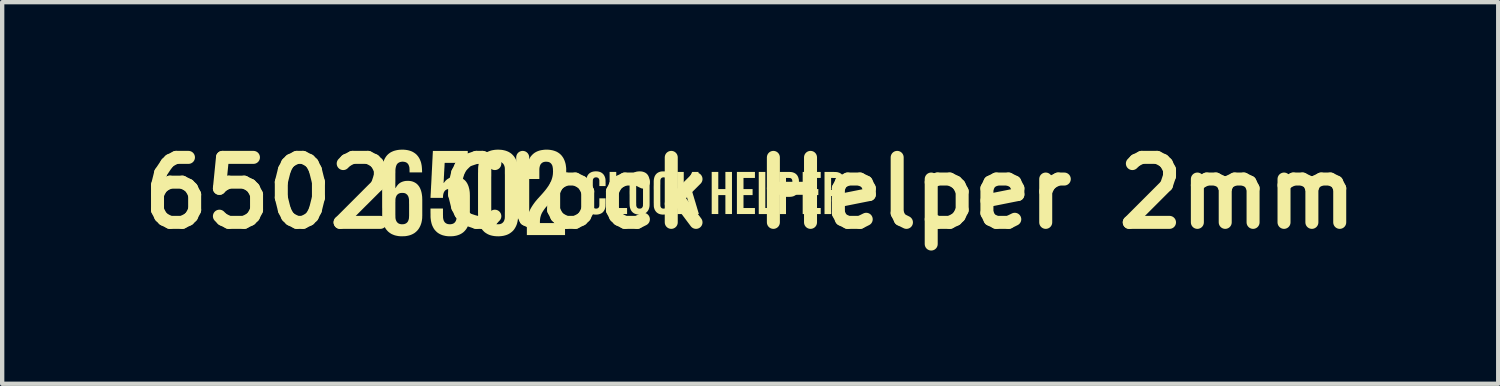
<source format=kicad_pcb>
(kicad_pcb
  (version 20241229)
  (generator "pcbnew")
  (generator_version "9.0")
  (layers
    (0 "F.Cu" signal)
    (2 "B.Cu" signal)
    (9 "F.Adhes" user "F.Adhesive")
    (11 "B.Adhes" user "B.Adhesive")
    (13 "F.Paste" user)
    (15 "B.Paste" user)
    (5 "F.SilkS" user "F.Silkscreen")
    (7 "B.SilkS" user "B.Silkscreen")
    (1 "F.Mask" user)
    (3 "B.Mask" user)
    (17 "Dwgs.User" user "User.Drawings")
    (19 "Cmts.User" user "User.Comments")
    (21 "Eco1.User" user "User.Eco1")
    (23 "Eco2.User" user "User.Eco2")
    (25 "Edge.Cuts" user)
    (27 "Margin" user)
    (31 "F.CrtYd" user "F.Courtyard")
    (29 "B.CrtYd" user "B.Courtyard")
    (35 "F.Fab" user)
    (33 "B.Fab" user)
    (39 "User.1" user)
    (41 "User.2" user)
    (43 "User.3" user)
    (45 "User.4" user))
  (footprint "6502 Clock Helper 2mm"
    (layer "F.Cu")
    (at 14.264 1.404)
    (property "Reference" "6502 Clock Helper 2mm" (at 0 0 0) (layer "F.SilkS") (effects (font (size 1.5 1.5) (thickness 0.3))))
    (attr board_only exclude_from_pos_files exclude_from_bom)
    (fp_poly (pts (xy -3.091 -0.069) (xy -3.091 0.347) (xy -2.966 0.347) (xy -2.841 0.347) (xy -2.841 0.416) (xy -2.841 0.486) (xy -3.042 0.486) (xy -3.244 0.486) (xy -3.244 -0.000001) (xy -3.244 -0.486) (xy -3.168 -0.486) (xy -3.091 -0.486)) (stroke (width 0) (type solid)) (fill yes) (layer "F.SilkS"))
    (fp_poly (pts (xy 0.35 -0.069) (xy 0.35 0.347) (xy 0.476 0.347) (xy 0.602 0.348) (xy 0.602 0.417) (xy 0.602 0.486) (xy 0.4 0.486) (xy 0.198 0.486) (xy 0.198 -0.000001) (xy 0.198 -0.486) (xy 0.274 -0.486) (xy 0.35 -0.486)) (stroke (width 0) (type solid)) (fill yes) (layer "F.SilkS"))
    (fp_poly (pts (xy -0.736 -0.288) (xy -0.736 -0.09) (xy -0.654 -0.09) (xy -0.572 -0.09) (xy -0.572 -0.288) (xy -0.572 -0.486) (xy -0.496 -0.486) (xy -0.42 -0.486) (xy -0.42 -0.000001) (xy -0.42 0.486) (xy -0.496 0.486) (xy -0.572 0.486) (xy -0.572 0.267) (xy -0.572 0.049) (xy -0.654 0.049) (xy -0.736 0.049) (xy -0.736 0.267) (xy -0.736 0.486) (xy -0.812 0.486) (xy -0.888 0.486) (xy -0.888 -0.000001) (xy -0.888 -0.486) (xy -0.812 -0.486) (xy -0.736 -0.486)) (stroke (width 0) (type solid)) (fill yes) (layer "F.SilkS"))
    (fp_poly (pts (xy 0.11 -0.416) (xy 0.11 -0.347) (xy -0.022 -0.347) (xy -0.154 -0.347) (xy -0.154 -0.218) (xy -0.154 -0.09) (xy -0.049 -0.09) (xy 0.056 -0.09) (xy 0.056 -0.02) (xy 0.056 0.049) (xy -0.049 0.049) (xy -0.154 0.049) (xy -0.154 0.198) (xy -0.154 0.347) (xy -0.022 0.347) (xy 0.11 0.347) (xy 0.11 0.416) (xy 0.11 0.486) (xy -0.098 0.486) (xy -0.306 0.486) (xy -0.306 -0.000001) (xy -0.306 -0.486) (xy -0.098 -0.486) (xy 0.11 -0.486)) (stroke (width 0) (type solid)) (fill yes) (layer "F.SilkS"))
    (fp_poly (pts (xy 1.628 -0.416) (xy 1.628 -0.347) (xy 1.496 -0.347) (xy 1.364 -0.347) (xy 1.364 -0.218) (xy 1.364 -0.09) (xy 1.469 -0.09) (xy 1.574 -0.09) (xy 1.573 -0.021) (xy 1.573 0.048) (xy 1.468 0.049) (xy 1.364 0.049) (xy 1.364 0.198) (xy 1.364 0.347) (xy 1.496 0.347) (xy 1.628 0.347) (xy 1.628 0.416) (xy 1.628 0.486) (xy 1.42 0.486) (xy 1.212 0.486) (xy 1.212 -0.000001) (xy 1.212 -0.486) (xy 1.42 -0.486) (xy 1.628 -0.486)) (stroke (width 0) (type solid)) (fill yes) (layer "F.SilkS"))
    (fp_poly (pts (xy -1.533 -0.281) (xy -1.532 -0.077) (xy -1.436 -0.28) (xy -1.424 -0.305) (xy -1.413 -0.329) (xy -1.402 -0.352) (xy -1.392 -0.373) (xy -1.382 -0.393) (xy -1.373 -0.412) (xy -1.365 -0.429) (xy -1.358 -0.444) (xy -1.352 -0.457) (xy -1.347 -0.468) (xy -1.343 -0.476) (xy -1.34 -0.481) (xy -1.339 -0.484) (xy -1.339 -0.484) (xy -1.337 -0.485) (xy -1.332 -0.485) (xy -1.324 -0.485) (xy -1.314 -0.485) (xy -1.302 -0.485) (xy -1.289 -0.485) (xy -1.274 -0.485) (xy -1.262 -0.485) (xy -1.187 -0.485) (xy -1.277 -0.308) (xy -1.289 -0.285) (xy -1.3 -0.263) (xy -1.31 -0.242) (xy -1.321 -0.222) (xy -1.33 -0.204) (xy -1.338 -0.187) (xy -1.346 -0.172) (xy -1.353 -0.159) (xy -1.358 -0.148) (xy -1.362 -0.139) (xy -1.365 -0.133) (xy -1.367 -0.13) (xy -1.367 -0.129) (xy -1.367 -0.127) (xy -1.365 -0.122) (xy -1.363 -0.114) (xy -1.36 -0.104) (xy -1.356 -0.091) (xy -1.351 -0.075) (xy -1.346 -0.057) (xy -1.34 -0.037) (xy -1.334 -0.015) (xy -1.326 0.009) (xy -1.319 0.034) (xy -1.311 0.061) (xy -1.302 0.089) (xy -1.294 0.119) (xy -1.284 0.149) (xy -1.276 0.178) (xy -1.266 0.209) (xy -1.257 0.239) (xy -1.249 0.268) (xy -1.24 0.297) (xy -1.232 0.323) (xy -1.225 0.349) (xy -1.218 0.372) (xy -1.211 0.394) (xy -1.205 0.414) (xy -1.2 0.432) (xy -1.195 0.447) (xy -1.191 0.46) (xy -1.188 0.47) (xy -1.186 0.478) (xy -1.185 0.482) (xy -1.184 0.484) (xy -1.186 0.484) (xy -1.191 0.485) (xy -1.2 0.485) (xy -1.211 0.485) (xy -1.226 0.485) (xy -1.244 0.486) (xy -1.264 0.486) (xy -1.343 0.486) (xy -1.407 0.27) (xy -1.415 0.244) (xy -1.422 0.218) (xy -1.429 0.194) (xy -1.436 0.171) (xy -1.443 0.15) (xy -1.449 0.13) (xy -1.454 0.112) (xy -1.459 0.097) (xy -1.463 0.083) (xy -1.466 0.072) (xy -1.469 0.063) (xy -1.471 0.057) (xy -1.472 0.054) (xy -1.472 0.054) (xy -1.473 0.056) (xy -1.475 0.06) (xy -1.479 0.066) (xy -1.483 0.075) (xy -1.488 0.086) (xy -1.494 0.097) (xy -1.501 0.11) (xy -1.503 0.116) (xy -1.533 0.177) (xy -1.533 0.331) (xy -1.533 0.486) (xy -1.609 0.486) (xy -1.685 0.486) (xy -1.685 -0.000001) (xy -1.685 -0.486) (xy -1.609 -0.486) (xy -1.533 -0.486)) (stroke (width 0) (type solid)) (fill yes) (layer "F.SilkS"))
    (fp_poly (pts (xy 0.826 -0.486) (xy 0.849 -0.486) (xy 0.87 -0.485) (xy 0.887 -0.485) (xy 0.903 -0.485) (xy 0.917 -0.485) (xy 0.928 -0.484) (xy 0.939 -0.484) (xy 0.948 -0.483) (xy 0.956 -0.482) (xy 0.963 -0.481) (xy 0.97 -0.479) (xy 0.976 -0.478) (xy 0.983 -0.476) (xy 0.99 -0.474) (xy 0.992 -0.473) (xy 1.016 -0.464) (xy 1.038 -0.452) (xy 1.057 -0.438) (xy 1.074 -0.421) (xy 1.089 -0.402) (xy 1.101 -0.38) (xy 1.111 -0.356) (xy 1.116 -0.338) (xy 1.118 -0.331) (xy 1.12 -0.324) (xy 1.122 -0.317) (xy 1.123 -0.311) (xy 1.124 -0.303) (xy 1.124 -0.296) (xy 1.125 -0.287) (xy 1.125 -0.276) (xy 1.126 -0.264) (xy 1.126 -0.25) (xy 1.126 -0.233) (xy 1.126 -0.213) (xy 1.126 -0.198) (xy 1.126 -0.177) (xy 1.126 -0.16) (xy 1.126 -0.145) (xy 1.126 -0.133) (xy 1.126 -0.123) (xy 1.125 -0.115) (xy 1.125 -0.108) (xy 1.125 -0.102) (xy 1.124 -0.097) (xy 1.124 -0.093) (xy 1.123 -0.088) (xy 1.123 -0.088) (xy 1.118 -0.062) (xy 1.111 -0.039) (xy 1.102 -0.019) (xy 1.092 -0.000279) (xy 1.08 0.017) (xy 1.07 0.029) (xy 1.057 0.042) (xy 1.044 0.052) (xy 1.03 0.061) (xy 1.023 0.064) (xy 1.01 0.07) (xy 0.997 0.076) (xy 0.983 0.08) (xy 0.969 0.083) (xy 0.953 0.086) (xy 0.936 0.088) (xy 0.917 0.089) (xy 0.895 0.09) (xy 0.877 0.09) (xy 0.827 0.09) (xy 0.827 0.288) (xy 0.827 0.486) (xy 0.751 0.486) (xy 0.675 0.486) (xy 0.675 -0.000001) (xy 0.675 -0.198) (xy 0.827 -0.198) (xy 0.827 -0.049) (xy 0.872 -0.049) (xy 0.888 -0.049) (xy 0.9 -0.049) (xy 0.91 -0.05) (xy 0.917 -0.05) (xy 0.923 -0.051) (xy 0.925 -0.051) (xy 0.939 -0.056) (xy 0.95 -0.063) (xy 0.959 -0.073) (xy 0.966 -0.084) (xy 0.971 -0.099) (xy 0.972 -0.106) (xy 0.973 -0.111) (xy 0.973 -0.119) (xy 0.974 -0.13) (xy 0.974 -0.143) (xy 0.975 -0.157) (xy 0.975 -0.173) (xy 0.975 -0.189) (xy 0.975 -0.206) (xy 0.975 -0.222) (xy 0.975 -0.237) (xy 0.974 -0.252) (xy 0.974 -0.265) (xy 0.973 -0.276) (xy 0.973 -0.284) (xy 0.972 -0.29) (xy 0.972 -0.29) (xy 0.968 -0.306) (xy 0.962 -0.318) (xy 0.954 -0.328) (xy 0.945 -0.336) (xy 0.943 -0.337) (xy 0.937 -0.34) (xy 0.932 -0.342) (xy 0.927 -0.344) (xy 0.921 -0.345) (xy 0.914 -0.346) (xy 0.906 -0.346) (xy 0.895 -0.347) (xy 0.881 -0.347) (xy 0.872 -0.347) (xy 0.827 -0.347) (xy 0.827 -0.198) (xy 0.675 -0.198) (xy 0.675 -0.486) (xy 0.799 -0.486)) (stroke (width 0) (type solid)) (fill yes) (layer "F.SilkS"))
    (fp_poly (pts (xy 1.851 -0.485) (xy 1.876 -0.485) (xy 1.899 -0.485) (xy 1.918 -0.485) (xy 1.935 -0.485) (xy 1.95 -0.484) (xy 1.962 -0.484) (xy 1.973 -0.484) (xy 1.982 -0.483) (xy 1.99 -0.483) (xy 1.997 -0.482) (xy 2.003 -0.482) (xy 2.009 -0.481) (xy 2.014 -0.48) (xy 2.019 -0.478) (xy 2.025 -0.477) (xy 2.031 -0.475) (xy 2.055 -0.468) (xy 2.076 -0.458) (xy 2.095 -0.446) (xy 2.112 -0.432) (xy 2.126 -0.415) (xy 2.138 -0.396) (xy 2.144 -0.385) (xy 2.15 -0.37) (xy 2.155 -0.354) (xy 2.16 -0.338) (xy 2.163 -0.319) (xy 2.165 -0.299) (xy 2.167 -0.276) (xy 2.167 -0.25) (xy 2.168 -0.234) (xy 2.167 -0.206) (xy 2.166 -0.182) (xy 2.164 -0.159) (xy 2.162 -0.139) (xy 2.158 -0.122) (xy 2.153 -0.106) (xy 2.148 -0.091) (xy 2.141 -0.077) (xy 2.133 -0.064) (xy 2.132 -0.063) (xy 2.122 -0.051) (xy 2.111 -0.039) (xy 2.097 -0.028) (xy 2.084 -0.019) (xy 2.075 -0.015) (xy 2.071 -0.012) (xy 2.068 -0.01) (xy 2.068 -0.01) (xy 2.07 -0.009) (xy 2.074 -0.006) (xy 2.079 -0.004) (xy 2.081 -0.003) (xy 2.099 0.006) (xy 2.114 0.017) (xy 2.126 0.029) (xy 2.137 0.044) (xy 2.146 0.062) (xy 2.154 0.082) (xy 2.158 0.099) (xy 2.16 0.106) (xy 2.161 0.112) (xy 2.163 0.119) (xy 2.164 0.125) (xy 2.165 0.132) (xy 2.165 0.14) (xy 2.166 0.148) (xy 2.167 0.158) (xy 2.167 0.169) (xy 2.168 0.182) (xy 2.168 0.197) (xy 2.168 0.214) (xy 2.169 0.233) (xy 2.169 0.256) (xy 2.169 0.281) (xy 2.169 0.297) (xy 2.169 0.322) (xy 2.17 0.344) (xy 2.17 0.363) (xy 2.17 0.379) (xy 2.17 0.393) (xy 2.171 0.405) (xy 2.171 0.415) (xy 2.171 0.423) (xy 2.171 0.429) (xy 2.172 0.435) (xy 2.172 0.439) (xy 2.172 0.443) (xy 2.173 0.446) (xy 2.174 0.449) (xy 2.174 0.451) (xy 2.176 0.459) (xy 2.178 0.467) (xy 2.18 0.474) (xy 2.181 0.475) (xy 2.183 0.48) (xy 2.184 0.484) (xy 2.184 0.485) (xy 2.183 0.485) (xy 2.178 0.485) (xy 2.171 0.485) (xy 2.161 0.485) (xy 2.149 0.486) (xy 2.136 0.486) (xy 2.121 0.486) (xy 2.107 0.486) (xy 2.03 0.486) (xy 2.029 0.481) (xy 2.027 0.477) (xy 2.026 0.471) (xy 2.024 0.464) (xy 2.023 0.459) (xy 2.018 0.441) (xy 2.017 0.299) (xy 2.017 0.272) (xy 2.016 0.249) (xy 2.016 0.228) (xy 2.016 0.211) (xy 2.016 0.196) (xy 2.015 0.183) (xy 2.015 0.172) (xy 2.015 0.164) (xy 2.014 0.157) (xy 2.014 0.151) (xy 2.014 0.147) (xy 2.013 0.143) (xy 2.013 0.143) (xy 2.009 0.126) (xy 2.004 0.111) (xy 1.997 0.1) (xy 1.989 0.09) (xy 1.979 0.083) (xy 1.967 0.077) (xy 1.96 0.074) (xy 1.956 0.073) (xy 1.952 0.072) (xy 1.947 0.071) (xy 1.942 0.071) (xy 1.934 0.07) (xy 1.925 0.07) (xy 1.913 0.07) (xy 1.908 0.07) (xy 1.868 0.069) (xy 1.868 0.277) (xy 1.868 0.486) (xy 1.792 0.486) (xy 1.716 0.486) (xy 1.716 -0.000085) (xy 1.716 -0.208) (xy 1.868 -0.208) (xy 1.868 -0.069) (xy 1.908 -0.07) (xy 1.922 -0.07) (xy 1.933 -0.071) (xy 1.942 -0.071) (xy 1.948 -0.072) (xy 1.953 -0.072) (xy 1.957 -0.073) (xy 1.958 -0.074) (xy 1.972 -0.079) (xy 1.984 -0.087) (xy 1.994 -0.096) (xy 2.002 -0.107) (xy 2.008 -0.121) (xy 2.011 -0.13) (xy 2.012 -0.134) (xy 2.012 -0.137) (xy 2.013 -0.141) (xy 2.013 -0.145) (xy 2.014 -0.151) (xy 2.014 -0.158) (xy 2.014 -0.167) (xy 2.014 -0.178) (xy 2.014 -0.192) (xy 2.014 -0.208) (xy 2.014 -0.227) (xy 2.014 -0.243) (xy 2.014 -0.256) (xy 2.013 -0.268) (xy 2.013 -0.277) (xy 2.012 -0.285) (xy 2.011 -0.291) (xy 2.009 -0.297) (xy 2.007 -0.303) (xy 2.005 -0.308) (xy 2.002 -0.313) (xy 1.995 -0.324) (xy 1.986 -0.333) (xy 1.975 -0.34) (xy 1.97 -0.342) (xy 1.967 -0.343) (xy 1.964 -0.344) (xy 1.96 -0.345) (xy 1.956 -0.345) (xy 1.951 -0.346) (xy 1.943 -0.346) (xy 1.933 -0.346) (xy 1.921 -0.346) (xy 1.914 -0.347) (xy 1.868 -0.347) (xy 1.868 -0.208) (xy 1.716 -0.208) (xy 1.716 -0.486)) (stroke (width 0) (type solid)) (fill yes) (layer "F.SilkS"))
    (fp_poly (pts (xy -4.663 -0.999) (xy -4.626 -0.996) (xy -4.605 -0.993) (xy -4.566 -0.986) (xy -4.529 -0.976) (xy -4.495 -0.964) (xy -4.462 -0.95) (xy -4.432 -0.932) (xy -4.404 -0.913) (xy -4.378 -0.89) (xy -4.372 -0.885) (xy -4.351 -0.862) (xy -4.333 -0.838) (xy -4.316 -0.813) (xy -4.301 -0.786) (xy -4.3 -0.783) (xy -4.286 -0.752) (xy -4.275 -0.721) (xy -4.265 -0.689) (xy -4.257 -0.654) (xy -4.252 -0.618) (xy -4.247 -0.579) (xy -4.247 -0.578) (xy -4.246 -0.566) (xy -4.246 -0.552) (xy -4.246 -0.536) (xy -4.246 -0.518) (xy -4.246 -0.501) (xy -4.246 -0.484) (xy -4.246 -0.468) (xy -4.247 -0.454) (xy -4.248 -0.444) (xy -4.254 -0.398) (xy -4.262 -0.354) (xy -4.273 -0.309) (xy -4.287 -0.265) (xy -4.303 -0.222) (xy -4.323 -0.178) (xy -4.346 -0.134) (xy -4.371 -0.09) (xy -4.4 -0.045) (xy -4.428 -0.005) (xy -4.446 0.019) (xy -4.464 0.043) (xy -4.483 0.067) (xy -4.504 0.092) (xy -4.525 0.117) (xy -4.549 0.144) (xy -4.574 0.172) (xy -4.601 0.203) (xy -4.614 0.217) (xy -4.638 0.243) (xy -4.66 0.266) (xy -4.679 0.288) (xy -4.697 0.309) (xy -4.713 0.327) (xy -4.728 0.345) (xy -4.741 0.362) (xy -4.753 0.378) (xy -4.764 0.394) (xy -4.774 0.409) (xy -4.784 0.424) (xy -4.785 0.426) (xy -4.805 0.459) (xy -4.821 0.493) (xy -4.833 0.528) (xy -4.843 0.564) (xy -4.849 0.601) (xy -4.852 0.639) (xy -4.853 0.673) (xy -4.852 0.695) (xy -4.562 0.695) (xy -4.273 0.695) (xy -4.273 0.833) (xy -4.273 0.971) (xy -4.713 0.971) (xy -5.154 0.971) (xy -5.154 0.842) (xy -5.154 0.815) (xy -5.154 0.791) (xy -5.154 0.769) (xy -5.154 0.751) (xy -5.154 0.734) (xy -5.153 0.72) (xy -5.153 0.708) (xy -5.153 0.697) (xy -5.152 0.688) (xy -5.152 0.68) (xy -5.152 0.679) (xy -5.147 0.632) (xy -5.141 0.586) (xy -5.133 0.543) (xy -5.123 0.502) (xy -5.11 0.462) (xy -5.096 0.423) (xy -5.079 0.385) (xy -5.059 0.347) (xy -5.036 0.309) (xy -5.011 0.271) (xy -4.983 0.232) (xy -4.979 0.227) (xy -4.967 0.21) (xy -4.954 0.194) (xy -4.941 0.178) (xy -4.927 0.162) (xy -4.913 0.145) (xy -4.897 0.127) (xy -4.879 0.108) (xy -4.86 0.086) (xy -4.85 0.076) (xy -4.816 0.038) (xy -4.784 0.002) (xy -4.754 -0.033) (xy -4.727 -0.066) (xy -4.702 -0.098) (xy -4.68 -0.129) (xy -4.659 -0.158) (xy -4.641 -0.187) (xy -4.625 -0.215) (xy -4.61 -0.243) (xy -4.597 -0.27) (xy -4.586 -0.298) (xy -4.577 -0.325) (xy -4.569 -0.352) (xy -4.562 -0.38) (xy -4.557 -0.408) (xy -4.556 -0.415) (xy -4.553 -0.435) (xy -4.552 -0.455) (xy -4.551 -0.476) (xy -4.55 -0.499) (xy -4.551 -0.517) (xy -4.552 -0.546) (xy -4.554 -0.572) (xy -4.558 -0.595) (xy -4.562 -0.616) (xy -4.568 -0.635) (xy -4.576 -0.651) (xy -4.585 -0.666) (xy -4.595 -0.679) (xy -4.607 -0.69) (xy -4.608 -0.691) (xy -4.623 -0.702) (xy -4.638 -0.71) (xy -4.655 -0.716) (xy -4.675 -0.719) (xy -4.696 -0.721) (xy -4.71 -0.722) (xy -4.727 -0.721) (xy -4.741 -0.72) (xy -4.754 -0.717) (xy -4.767 -0.714) (xy -4.779 -0.709) (xy -4.787 -0.705) (xy -4.804 -0.695) (xy -4.819 -0.682) (xy -4.832 -0.667) (xy -4.843 -0.65) (xy -4.851 -0.629) (xy -4.858 -0.606) (xy -4.863 -0.581) (xy -4.865 -0.567) (xy -4.865 -0.562) (xy -4.865 -0.554) (xy -4.866 -0.542) (xy -4.866 -0.529) (xy -4.866 -0.513) (xy -4.866 -0.495) (xy -4.866 -0.475) (xy -4.866 -0.454) (xy -4.866 -0.436) (xy -4.866 -0.323) (xy -5.01 -0.323) (xy -5.154 -0.323) (xy -5.154 -0.451) (xy -5.154 -0.475) (xy -5.153 -0.497) (xy -5.153 -0.516) (xy -5.153 -0.532) (xy -5.153 -0.546) (xy -5.153 -0.558) (xy -5.152 -0.568) (xy -5.152 -0.577) (xy -5.152 -0.584) (xy -5.151 -0.59) (xy -5.151 -0.596) (xy -5.15 -0.601) (xy -5.15 -0.602) (xy -5.144 -0.643) (xy -5.136 -0.682) (xy -5.126 -0.718) (xy -5.114 -0.752) (xy -5.099 -0.784) (xy -5.083 -0.813) (xy -5.065 -0.841) (xy -5.044 -0.866) (xy -5.021 -0.89) (xy -4.996 -0.912) (xy -4.968 -0.932) (xy -4.938 -0.949) (xy -4.905 -0.964) (xy -4.871 -0.976) (xy -4.846 -0.983) (xy -4.812 -0.99) (xy -4.777 -0.995) (xy -4.739 -0.999) (xy -4.701 -1)) (stroke (width 0) (type solid)) (fill yes) (layer "F.SilkS"))
    (fp_poly (pts (xy -3.545 -0.499) (xy -3.53 -0.498) (xy -3.517 -0.497) (xy -3.491 -0.492) (xy -3.467 -0.485) (xy -3.446 -0.476) (xy -3.424 -0.463) (xy -3.405 -0.448) (xy -3.388 -0.431) (xy -3.374 -0.411) (xy -3.361 -0.389) (xy -3.352 -0.364) (xy -3.351 -0.363) (xy -3.348 -0.354) (xy -3.346 -0.346) (xy -3.344 -0.338) (xy -3.342 -0.33) (xy -3.341 -0.322) (xy -3.34 -0.312) (xy -3.339 -0.302) (xy -3.338 -0.29) (xy -3.338 -0.276) (xy -3.338 -0.259) (xy -3.337 -0.24) (xy -3.337 -0.233) (xy -3.337 -0.159) (xy -3.409 -0.159) (xy -3.481 -0.159) (xy -3.481 -0.225) (xy -3.481 -0.242) (xy -3.481 -0.258) (xy -3.481 -0.272) (xy -3.481 -0.283) (xy -3.482 -0.292) (xy -3.482 -0.298) (xy -3.482 -0.3) (xy -3.487 -0.316) (xy -3.494 -0.33) (xy -3.502 -0.342) (xy -3.513 -0.35) (xy -3.526 -0.356) (xy -3.541 -0.36) (xy -3.555 -0.361) (xy -3.573 -0.36) (xy -3.587 -0.356) (xy -3.6 -0.35) (xy -3.61 -0.342) (xy -3.619 -0.331) (xy -3.626 -0.317) (xy -3.629 -0.307) (xy -3.629 -0.306) (xy -3.63 -0.304) (xy -3.63 -0.302) (xy -3.63 -0.299) (xy -3.631 -0.296) (xy -3.631 -0.291) (xy -3.631 -0.286) (xy -3.631 -0.279) (xy -3.631 -0.271) (xy -3.632 -0.262) (xy -3.632 -0.251) (xy -3.632 -0.238) (xy -3.632 -0.223) (xy -3.632 -0.206) (xy -3.632 -0.187) (xy -3.632 -0.165) (xy -3.632 -0.14) (xy -3.632 -0.113) (xy -3.632 -0.083) (xy -3.632 -0.05) (xy -3.633 -0.014) (xy -3.633 -0.008) (xy -3.633 0.033) (xy -3.633 0.07) (xy -3.633 0.104) (xy -3.633 0.135) (xy -3.633 0.163) (xy -3.633 0.188) (xy -3.633 0.21) (xy -3.632 0.229) (xy -3.632 0.246) (xy -3.632 0.26) (xy -3.632 0.272) (xy -3.632 0.281) (xy -3.632 0.288) (xy -3.631 0.293) (xy -3.631 0.295) (xy -3.628 0.309) (xy -3.624 0.322) (xy -3.618 0.333) (xy -3.612 0.341) (xy -3.602 0.349) (xy -3.59 0.355) (xy -3.577 0.359) (xy -3.561 0.36) (xy -3.555 0.361) (xy -3.538 0.359) (xy -3.523 0.355) (xy -3.511 0.349) (xy -3.5 0.34) (xy -3.492 0.328) (xy -3.489 0.322) (xy -3.487 0.318) (xy -3.486 0.313) (xy -3.484 0.309) (xy -3.483 0.304) (xy -3.483 0.298) (xy -3.482 0.291) (xy -3.481 0.282) (xy -3.481 0.272) (xy -3.481 0.26) (xy -3.481 0.245) (xy -3.481 0.227) (xy -3.481 0.207) (xy -3.481 0.124) (xy -3.409 0.124) (xy -3.337 0.124) (xy -3.337 0.215) (xy -3.337 0.237) (xy -3.338 0.256) (xy -3.338 0.273) (xy -3.338 0.287) (xy -3.339 0.299) (xy -3.339 0.309) (xy -3.34 0.318) (xy -3.341 0.326) (xy -3.343 0.333) (xy -3.344 0.34) (xy -3.346 0.347) (xy -3.349 0.355) (xy -3.351 0.363) (xy -3.351 0.363) (xy -3.361 0.388) (xy -3.374 0.411) (xy -3.389 0.431) (xy -3.406 0.449) (xy -3.418 0.459) (xy -3.434 0.469) (xy -3.452 0.478) (xy -3.472 0.486) (xy -3.493 0.492) (xy -3.515 0.496) (xy -3.516 0.497) (xy -3.524 0.497) (xy -3.534 0.498) (xy -3.545 0.499) (xy -3.557 0.499) (xy -3.569 0.499) (xy -3.58 0.499) (xy -3.589 0.498) (xy -3.595 0.498) (xy -3.623 0.493) (xy -3.649 0.486) (xy -3.673 0.477) (xy -3.694 0.465) (xy -3.713 0.451) (xy -3.727 0.438) (xy -3.742 0.42) (xy -3.754 0.4) (xy -3.764 0.379) (xy -3.773 0.355) (xy -3.779 0.33) (xy -3.783 0.305) (xy -3.783 0.3) (xy -3.783 0.292) (xy -3.784 0.281) (xy -3.784 0.267) (xy -3.784 0.251) (xy -3.784 0.233) (xy -3.785 0.212) (xy -3.785 0.19) (xy -3.785 0.166) (xy -3.785 0.141) (xy -3.785 0.115) (xy -3.785 0.088) (xy -3.785 0.06) (xy -3.786 0.031) (xy -3.786 0.003) (xy -3.786 -0.026) (xy -3.785 -0.054) (xy -3.785 -0.082) (xy -3.785 -0.11) (xy -3.785 -0.136) (xy -3.785 -0.162) (xy -3.785 -0.186) (xy -3.785 -0.208) (xy -3.785 -0.229) (xy -3.784 -0.248) (xy -3.784 -0.264) (xy -3.784 -0.279) (xy -3.783 -0.29) (xy -3.783 -0.299) (xy -3.783 -0.304) (xy -3.783 -0.305) (xy -3.778 -0.335) (xy -3.77 -0.362) (xy -3.761 -0.387) (xy -3.749 -0.409) (xy -3.735 -0.429) (xy -3.718 -0.447) (xy -3.699 -0.462) (xy -3.678 -0.474) (xy -3.655 -0.485) (xy -3.629 -0.492) (xy -3.62 -0.494) (xy -3.608 -0.496) (xy -3.594 -0.498) (xy -3.578 -0.499) (xy -3.561 -0.499)) (stroke (width 0) (type solid)) (fill yes) (layer "F.SilkS"))
    (fp_poly (pts (xy -1.986 -0.498) (xy -1.972 -0.498) (xy -1.961 -0.497) (xy -1.951 -0.496) (xy -1.941 -0.494) (xy -1.932 -0.492) (xy -1.921 -0.489) (xy -1.92 -0.489) (xy -1.896 -0.48) (xy -1.874 -0.468) (xy -1.854 -0.454) (xy -1.836 -0.438) (xy -1.82 -0.419) (xy -1.807 -0.398) (xy -1.806 -0.395) (xy -1.8 -0.382) (xy -1.795 -0.37) (xy -1.79 -0.357) (xy -1.787 -0.343) (xy -1.784 -0.329) (xy -1.781 -0.313) (xy -1.779 -0.295) (xy -1.778 -0.275) (xy -1.777 -0.253) (xy -1.777 -0.229) (xy -1.777 -0.207) (xy -1.777 -0.159) (xy -1.848 -0.159) (xy -1.92 -0.159) (xy -1.921 -0.225) (xy -1.921 -0.244) (xy -1.922 -0.259) (xy -1.922 -0.272) (xy -1.922 -0.282) (xy -1.923 -0.29) (xy -1.923 -0.296) (xy -1.924 -0.301) (xy -1.924 -0.303) (xy -1.929 -0.319) (xy -1.936 -0.333) (xy -1.945 -0.343) (xy -1.956 -0.351) (xy -1.969 -0.357) (xy -1.984 -0.36) (xy -1.997 -0.361) (xy -2.014 -0.36) (xy -2.029 -0.356) (xy -2.042 -0.35) (xy -2.052 -0.341) (xy -2.061 -0.33) (xy -2.067 -0.316) (xy -2.071 -0.305) (xy -2.071 -0.304) (xy -2.071 -0.302) (xy -2.072 -0.299) (xy -2.072 -0.297) (xy -2.072 -0.293) (xy -2.072 -0.289) (xy -2.073 -0.283) (xy -2.073 -0.276) (xy -2.073 -0.268) (xy -2.073 -0.259) (xy -2.073 -0.248) (xy -2.073 -0.235) (xy -2.073 -0.22) (xy -2.073 -0.203) (xy -2.074 -0.184) (xy -2.074 -0.162) (xy -2.074 -0.138) (xy -2.074 -0.111) (xy -2.074 -0.081) (xy -2.074 -0.048) (xy -2.074 -0.012) (xy -2.074 0.001) (xy -2.074 0.038) (xy -2.074 0.072) (xy -2.074 0.103) (xy -2.074 0.131) (xy -2.074 0.156) (xy -2.074 0.178) (xy -2.074 0.198) (xy -2.073 0.216) (xy -2.073 0.231) (xy -2.073 0.245) (xy -2.073 0.257) (xy -2.073 0.267) (xy -2.073 0.275) (xy -2.073 0.282) (xy -2.073 0.288) (xy -2.072 0.293) (xy -2.072 0.297) (xy -2.072 0.3) (xy -2.072 0.302) (xy -2.071 0.304) (xy -2.071 0.306) (xy -2.071 0.306) (xy -2.065 0.322) (xy -2.058 0.335) (xy -2.049 0.345) (xy -2.038 0.353) (xy -2.024 0.358) (xy -2.021 0.359) (xy -2.016 0.359) (xy -2.008 0.36) (xy -2 0.361) (xy -1.997 0.361) (xy -1.98 0.359) (xy -1.965 0.356) (xy -1.953 0.35) (xy -1.942 0.341) (xy -1.934 0.33) (xy -1.931 0.323) (xy -1.929 0.319) (xy -1.927 0.315) (xy -1.926 0.311) (xy -1.925 0.306) (xy -1.924 0.301) (xy -1.923 0.294) (xy -1.923 0.287) (xy -1.922 0.277) (xy -1.922 0.266) (xy -1.922 0.252) (xy -1.921 0.236) (xy -1.921 0.217) (xy -1.921 0.209) (xy -1.92 0.124) (xy -1.848 0.124) (xy -1.777 0.124) (xy -1.777 0.189) (xy -1.777 0.217) (xy -1.777 0.242) (xy -1.778 0.264) (xy -1.779 0.282) (xy -1.78 0.299) (xy -1.781 0.312) (xy -1.782 0.323) (xy -1.783 0.325) (xy -1.789 0.353) (xy -1.798 0.379) (xy -1.81 0.402) (xy -1.823 0.423) (xy -1.839 0.442) (xy -1.857 0.457) (xy -1.878 0.471) (xy -1.901 0.482) (xy -1.926 0.49) (xy -1.947 0.495) (xy -1.953 0.496) (xy -1.962 0.497) (xy -1.972 0.497) (xy -1.984 0.498) (xy -1.996 0.498) (xy -2.008 0.499) (xy -2.019 0.499) (xy -2.028 0.499) (xy -2.035 0.498) (xy -2.036 0.498) (xy -2.059 0.494) (xy -2.08 0.49) (xy -2.098 0.484) (xy -2.115 0.477) (xy -2.13 0.468) (xy -2.144 0.459) (xy -2.162 0.444) (xy -2.178 0.426) (xy -2.192 0.406) (xy -2.204 0.384) (xy -2.213 0.359) (xy -2.217 0.346) (xy -2.218 0.342) (xy -2.219 0.338) (xy -2.22 0.334) (xy -2.221 0.33) (xy -2.221 0.326) (xy -2.222 0.322) (xy -2.223 0.317) (xy -2.223 0.312) (xy -2.224 0.306) (xy -2.224 0.299) (xy -2.224 0.291) (xy -2.225 0.282) (xy -2.225 0.272) (xy -2.225 0.259) (xy -2.225 0.245) (xy -2.226 0.229) (xy -2.226 0.212) (xy -2.226 0.191) (xy -2.226 0.169) (xy -2.226 0.143) (xy -2.226 0.115) (xy -2.226 0.085) (xy -2.226 0.051) (xy -2.226 0.017) (xy -2.226 -0.024) (xy -2.226 -0.062) (xy -2.227 -0.096) (xy -2.227 -0.128) (xy -2.227 -0.156) (xy -2.226 -0.182) (xy -2.226 -0.204) (xy -2.226 -0.224) (xy -2.226 -0.241) (xy -2.226 -0.256) (xy -2.226 -0.268) (xy -2.226 -0.278) (xy -2.225 -0.285) (xy -2.225 -0.29) (xy -2.225 -0.291) (xy -2.221 -0.322) (xy -2.215 -0.35) (xy -2.207 -0.376) (xy -2.196 -0.399) (xy -2.183 -0.42) (xy -2.168 -0.438) (xy -2.15 -0.455) (xy -2.143 -0.46) (xy -2.126 -0.471) (xy -2.108 -0.48) (xy -2.089 -0.487) (xy -2.069 -0.493) (xy -2.06 -0.495) (xy -2.054 -0.496) (xy -2.047 -0.497) (xy -2.041 -0.497) (xy -2.034 -0.498) (xy -2.025 -0.498) (xy -2.014 -0.498) (xy -2.002 -0.498)) (stroke (width 0) (type solid)) (fill yes) (layer "F.SilkS"))
    (fp_poly (pts (xy -2.521 -0.498) (xy -2.492 -0.494) (xy -2.466 -0.487) (xy -2.441 -0.478) (xy -2.419 -0.467) (xy -2.398 -0.453) (xy -2.38 -0.436) (xy -2.364 -0.417) (xy -2.351 -0.396) (xy -2.34 -0.372) (xy -2.331 -0.346) (xy -2.331 -0.344) (xy -2.33 -0.339) (xy -2.328 -0.335) (xy -2.327 -0.33) (xy -2.326 -0.326) (xy -2.326 -0.322) (xy -2.325 -0.318) (xy -2.324 -0.313) (xy -2.324 -0.308) (xy -2.323 -0.302) (xy -2.323 -0.295) (xy -2.322 -0.287) (xy -2.322 -0.278) (xy -2.322 -0.267) (xy -2.321 -0.255) (xy -2.321 -0.241) (xy -2.321 -0.226) (xy -2.321 -0.208) (xy -2.321 -0.188) (xy -2.321 -0.166) (xy -2.321 -0.141) (xy -2.321 -0.113) (xy -2.321 -0.083) (xy -2.321 -0.05) (xy -2.321 -0.013) (xy -2.321 -0.000001) (xy -2.321 0.037) (xy -2.321 0.071) (xy -2.321 0.101) (xy -2.321 0.129) (xy -2.321 0.154) (xy -2.321 0.176) (xy -2.321 0.196) (xy -2.321 0.214) (xy -2.321 0.23) (xy -2.321 0.243) (xy -2.321 0.255) (xy -2.321 0.265) (xy -2.322 0.274) (xy -2.322 0.281) (xy -2.322 0.288) (xy -2.322 0.293) (xy -2.322 0.297) (xy -2.323 0.301) (xy -2.323 0.304) (xy -2.323 0.307) (xy -2.324 0.309) (xy -2.329 0.337) (xy -2.337 0.363) (xy -2.346 0.386) (xy -2.358 0.407) (xy -2.372 0.426) (xy -2.385 0.441) (xy -2.404 0.457) (xy -2.424 0.47) (xy -2.447 0.481) (xy -2.472 0.49) (xy -2.499 0.495) (xy -2.507 0.497) (xy -2.52 0.498) (xy -2.534 0.499) (xy -2.55 0.499) (xy -2.566 0.499) (xy -2.581 0.498) (xy -2.593 0.497) (xy -2.597 0.497) (xy -2.625 0.491) (xy -2.651 0.483) (xy -2.675 0.473) (xy -2.696 0.46) (xy -2.715 0.444) (xy -2.732 0.426) (xy -2.746 0.406) (xy -2.758 0.383) (xy -2.768 0.357) (xy -2.768 0.357) (xy -2.773 0.341) (xy -2.777 0.326) (xy -2.779 0.31) (xy -2.781 0.291) (xy -2.782 0.285) (xy -2.782 0.281) (xy -2.782 0.273) (xy -2.782 0.262) (xy -2.783 0.249) (xy -2.783 0.233) (xy -2.783 0.215) (xy -2.783 0.194) (xy -2.783 0.173) (xy -2.783 0.149) (xy -2.783 0.124) (xy -2.783 0.099) (xy -2.783 0.072) (xy -2.783 0.045) (xy -2.784 0.017) (xy -2.784 0.001) (xy -2.631 0.001) (xy -2.631 0.029) (xy -2.631 0.056) (xy -2.631 0.083) (xy -2.631 0.109) (xy -2.631 0.134) (xy -2.631 0.158) (xy -2.631 0.181) (xy -2.631 0.202) (xy -2.631 0.222) (xy -2.63 0.239) (xy -2.63 0.254) (xy -2.63 0.266) (xy -2.63 0.276) (xy -2.63 0.283) (xy -2.629 0.287) (xy -2.626 0.305) (xy -2.62 0.321) (xy -2.613 0.335) (xy -2.603 0.345) (xy -2.591 0.353) (xy -2.581 0.357) (xy -2.57 0.36) (xy -2.557 0.361) (xy -2.544 0.361) (xy -2.531 0.359) (xy -2.525 0.358) (xy -2.511 0.353) (xy -2.5 0.345) (xy -2.491 0.335) (xy -2.483 0.322) (xy -2.477 0.306) (xy -2.476 0.301) (xy -2.476 0.3) (xy -2.475 0.298) (xy -2.475 0.295) (xy -2.475 0.292) (xy -2.474 0.289) (xy -2.474 0.284) (xy -2.474 0.278) (xy -2.474 0.271) (xy -2.474 0.262) (xy -2.473 0.252) (xy -2.473 0.24) (xy -2.473 0.227) (xy -2.473 0.211) (xy -2.473 0.193) (xy -2.473 0.173) (xy -2.473 0.15) (xy -2.473 0.125) (xy -2.473 0.097) (xy -2.473 0.065) (xy -2.473 0.031) (xy -2.473 -0.000001) (xy -2.473 -0.037) (xy -2.473 -0.071) (xy -2.473 -0.101) (xy -2.473 -0.129) (xy -2.473 -0.154) (xy -2.473 -0.176) (xy -2.473 -0.196) (xy -2.473 -0.213) (xy -2.473 -0.229) (xy -2.473 -0.242) (xy -2.474 -0.254) (xy -2.474 -0.264) (xy -2.474 -0.272) (xy -2.474 -0.279) (xy -2.474 -0.285) (xy -2.474 -0.289) (xy -2.475 -0.293) (xy -2.475 -0.296) (xy -2.475 -0.298) (xy -2.476 -0.3) (xy -2.476 -0.301) (xy -2.481 -0.318) (xy -2.488 -0.332) (xy -2.497 -0.343) (xy -2.508 -0.351) (xy -2.521 -0.357) (xy -2.536 -0.36) (xy -2.552 -0.361) (xy -2.569 -0.359) (xy -2.584 -0.356) (xy -2.597 -0.35) (xy -2.608 -0.341) (xy -2.616 -0.33) (xy -2.623 -0.316) (xy -2.627 -0.299) (xy -2.629 -0.286) (xy -2.63 -0.282) (xy -2.63 -0.275) (xy -2.63 -0.265) (xy -2.63 -0.252) (xy -2.63 -0.237) (xy -2.631 -0.219) (xy -2.631 -0.2) (xy -2.631 -0.179) (xy -2.631 -0.156) (xy -2.631 -0.132) (xy -2.631 -0.106) (xy -2.631 -0.08) (xy -2.631 -0.053) (xy -2.631 -0.026) (xy -2.631 0.001) (xy -2.784 0.001) (xy -2.784 -0.011) (xy -2.784 -0.038) (xy -2.783 -0.066) (xy -2.783 -0.092) (xy -2.783 -0.118) (xy -2.783 -0.143) (xy -2.783 -0.167) (xy -2.783 -0.189) (xy -2.783 -0.21) (xy -2.783 -0.229) (xy -2.783 -0.245) (xy -2.782 -0.259) (xy -2.782 -0.271) (xy -2.782 -0.279) (xy -2.782 -0.285) (xy -2.782 -0.285) (xy -2.778 -0.316) (xy -2.772 -0.344) (xy -2.764 -0.37) (xy -2.753 -0.393) (xy -2.74 -0.415) (xy -2.725 -0.434) (xy -2.718 -0.441) (xy -2.699 -0.457) (xy -2.679 -0.471) (xy -2.656 -0.481) (xy -2.631 -0.49) (xy -2.604 -0.495) (xy -2.575 -0.498) (xy -2.552 -0.499)) (stroke (width 0) (type solid)) (fill yes) (layer "F.SilkS"))
    (fp_poly (pts (xy -6.518 -0.833) (xy -6.518 -0.695) (xy -6.784 -0.695) (xy -7.051 -0.695) (xy -7.052 -0.681) (xy -7.052 -0.678) (xy -7.052 -0.671) (xy -7.053 -0.662) (xy -7.054 -0.65) (xy -7.054 -0.635) (xy -7.055 -0.618) (xy -7.056 -0.599) (xy -7.057 -0.578) (xy -7.059 -0.556) (xy -7.06 -0.532) (xy -7.061 -0.507) (xy -7.063 -0.481) (xy -7.064 -0.461) (xy -7.065 -0.435) (xy -7.066 -0.409) (xy -7.068 -0.385) (xy -7.069 -0.361) (xy -7.07 -0.339) (xy -7.071 -0.319) (xy -7.072 -0.301) (xy -7.073 -0.284) (xy -7.074 -0.27) (xy -7.075 -0.259) (xy -7.075 -0.25) (xy -7.075 -0.245) (xy -7.075 -0.242) (xy -7.076 -0.236) (xy -7.076 -0.232) (xy -7.075 -0.231) (xy -7.074 -0.23) (xy -7.073 -0.23) (xy -7.07 -0.232) (xy -7.067 -0.235) (xy -7.063 -0.241) (xy -7.058 -0.249) (xy -7.051 -0.258) (xy -7.043 -0.268) (xy -7.035 -0.277) (xy -7.028 -0.286) (xy -7.022 -0.291) (xy -7 -0.311) (xy -6.977 -0.327) (xy -6.951 -0.341) (xy -6.924 -0.353) (xy -6.895 -0.361) (xy -6.864 -0.368) (xy -6.839 -0.371) (xy -6.816 -0.372) (xy -6.791 -0.372) (xy -6.765 -0.37) (xy -6.741 -0.367) (xy -6.718 -0.362) (xy -6.716 -0.362) (xy -6.686 -0.353) (xy -6.657 -0.342) (xy -6.63 -0.327) (xy -6.606 -0.31) (xy -6.583 -0.291) (xy -6.562 -0.268) (xy -6.544 -0.243) (xy -6.527 -0.215) (xy -6.513 -0.185) (xy -6.5 -0.152) (xy -6.49 -0.116) (xy -6.481 -0.078) (xy -6.476 -0.045) (xy -6.475 -0.038) (xy -6.474 -0.031) (xy -6.473 -0.025) (xy -6.473 -0.018) (xy -6.472 -0.012) (xy -6.471 -0.005) (xy -6.471 0.003) (xy -6.471 0.012) (xy -6.47 0.021) (xy -6.47 0.032) (xy -6.47 0.044) (xy -6.469 0.057) (xy -6.469 0.072) (xy -6.469 0.089) (xy -6.469 0.108) (xy -6.469 0.129) (xy -6.469 0.152) (xy -6.469 0.178) (xy -6.469 0.207) (xy -6.469 0.238) (xy -6.469 0.273) (xy -6.469 0.306) (xy -6.469 0.343) (xy -6.469 0.376) (xy -6.469 0.406) (xy -6.47 0.434) (xy -6.47 0.458) (xy -6.47 0.481) (xy -6.47 0.5) (xy -6.47 0.518) (xy -6.47 0.534) (xy -6.47 0.548) (xy -6.471 0.56) (xy -6.471 0.571) (xy -6.471 0.581) (xy -6.472 0.589) (xy -6.472 0.597) (xy -6.473 0.604) (xy -6.474 0.61) (xy -6.474 0.616) (xy -6.475 0.622) (xy -6.476 0.627) (xy -6.477 0.633) (xy -6.478 0.639) (xy -6.479 0.646) (xy -6.48 0.65) (xy -6.489 0.69) (xy -6.5 0.727) (xy -6.514 0.762) (xy -6.53 0.795) (xy -6.548 0.826) (xy -6.569 0.854) (xy -6.592 0.88) (xy -6.617 0.904) (xy -6.645 0.925) (xy -6.674 0.943) (xy -6.706 0.959) (xy -6.74 0.972) (xy -6.776 0.983) (xy -6.776 0.983) (xy -6.795 0.987) (xy -6.815 0.991) (xy -6.836 0.994) (xy -6.856 0.997) (xy -6.862 0.997) (xy -6.871 0.998) (xy -6.882 0.998) (xy -6.894 0.999) (xy -6.907 0.999) (xy -6.92 0.999) (xy -6.932 0.999) (xy -6.943 0.999) (xy -6.952 0.999) (xy -6.958 0.999) (xy -6.96 0.999) (xy -6.964 0.999) (xy -6.971 0.998) (xy -6.98 0.997) (xy -6.988 0.997) (xy -7.027 0.992) (xy -7.064 0.984) (xy -7.099 0.975) (xy -7.133 0.962) (xy -7.165 0.947) (xy -7.194 0.93) (xy -7.221 0.911) (xy -7.224 0.908) (xy -7.235 0.899) (xy -7.246 0.888) (xy -7.258 0.876) (xy -7.269 0.864) (xy -7.28 0.852) (xy -7.288 0.841) (xy -7.289 0.84) (xy -7.308 0.811) (xy -7.324 0.78) (xy -7.339 0.748) (xy -7.351 0.714) (xy -7.36 0.678) (xy -7.368 0.639) (xy -7.373 0.598) (xy -7.375 0.582) (xy -7.376 0.574) (xy -7.376 0.565) (xy -7.377 0.554) (xy -7.377 0.541) (xy -7.377 0.526) (xy -7.377 0.508) (xy -7.377 0.488) (xy -7.378 0.464) (xy -7.378 0.456) (xy -7.378 0.359) (xy -7.234 0.359) (xy -7.09 0.359) (xy -7.09 0.456) (xy -7.09 0.475) (xy -7.09 0.493) (xy -7.09 0.51) (xy -7.089 0.525) (xy -7.089 0.539) (xy -7.089 0.551) (xy -7.089 0.561) (xy -7.088 0.567) (xy -7.088 0.57) (xy -7.084 0.597) (xy -7.078 0.621) (xy -7.07 0.643) (xy -7.059 0.662) (xy -7.047 0.678) (xy -7.032 0.692) (xy -7.015 0.703) (xy -7 0.71) (xy -6.981 0.717) (xy -6.96 0.72) (xy -6.939 0.722) (xy -6.917 0.722) (xy -6.896 0.719) (xy -6.876 0.715) (xy -6.858 0.708) (xy -6.845 0.702) (xy -6.828 0.69) (xy -6.814 0.676) (xy -6.802 0.66) (xy -6.792 0.641) (xy -6.784 0.619) (xy -6.779 0.595) (xy -6.775 0.571) (xy -6.775 0.567) (xy -6.775 0.56) (xy -6.774 0.551) (xy -6.774 0.54) (xy -6.774 0.526) (xy -6.774 0.509) (xy -6.774 0.489) (xy -6.774 0.467) (xy -6.774 0.441) (xy -6.774 0.413) (xy -6.774 0.381) (xy -6.774 0.346) (xy -6.774 0.308) (xy -6.774 0.302) (xy -6.774 0.268) (xy -6.774 0.237) (xy -6.774 0.209) (xy -6.774 0.183) (xy -6.774 0.161) (xy -6.774 0.141) (xy -6.774 0.123) (xy -6.775 0.108) (xy -6.775 0.094) (xy -6.775 0.082) (xy -6.775 0.072) (xy -6.776 0.064) (xy -6.776 0.056) (xy -6.776 0.05) (xy -6.777 0.044) (xy -6.777 0.04) (xy -6.778 0.035) (xy -6.779 0.032) (xy -6.779 0.028) (xy -6.78 0.025) (xy -6.781 0.021) (xy -6.782 0.017) (xy -6.783 0.016) (xy -6.79 -0.007) (xy -6.799 -0.027) (xy -6.811 -0.044) (xy -6.825 -0.059) (xy -6.842 -0.071) (xy -6.86 -0.081) (xy -6.881 -0.089) (xy -6.89 -0.091) (xy -6.902 -0.093) (xy -6.916 -0.094) (xy -6.931 -0.094) (xy -6.946 -0.094) (xy -6.961 -0.092) (xy -6.973 -0.091) (xy -6.976 -0.09) (xy -6.991 -0.086) (xy -7.006 -0.08) (xy -7.02 -0.072) (xy -7.031 -0.065) (xy -7.034 -0.063) (xy -7.048 -0.049) (xy -7.06 -0.032) (xy -7.07 -0.013) (xy -7.078 0.009) (xy -7.084 0.033) (xy -7.088 0.06) (xy -7.09 0.088) (xy -7.09 0.095) (xy -7.09 0.113) (xy -7.234 0.113) (xy -7.378 0.113) (xy -7.378 0.107) (xy -7.378 0.106) (xy -7.377 0.104) (xy -7.377 0.102) (xy -7.377 0.098) (xy -7.377 0.092) (xy -7.377 0.086) (xy -7.376 0.078) (xy -7.376 0.069) (xy -7.375 0.058) (xy -7.375 0.046) (xy -7.374 0.032) (xy -7.373 0.016) (xy -7.372 -0.001) (xy -7.371 -0.021) (xy -7.37 -0.042) (xy -7.369 -0.065) (xy -7.368 -0.091) (xy -7.366 -0.119) (xy -7.365 -0.149) (xy -7.363 -0.181) (xy -7.361 -0.216) (xy -7.359 -0.253) (xy -7.357 -0.293) (xy -7.355 -0.336) (xy -7.353 -0.382) (xy -7.35 -0.43) (xy -7.348 -0.481) (xy -7.345 -0.536) (xy -7.342 -0.593) (xy -7.339 -0.654) (xy -7.336 -0.717) (xy -7.334 -0.759) (xy -7.332 -0.785) (xy -7.331 -0.81) (xy -7.33 -0.834) (xy -7.329 -0.856) (xy -7.328 -0.877) (xy -7.327 -0.896) (xy -7.326 -0.914) (xy -7.325 -0.929) (xy -7.324 -0.942) (xy -7.324 -0.952) (xy -7.324 -0.959) (xy -7.323 -0.963) (xy -7.323 -0.964) (xy -7.323 -0.971) (xy -6.921 -0.971) (xy -6.518 -0.971)) (stroke (width 0) (type solid)) (fill yes) (layer "F.SilkS"))
    (fp_poly (pts (xy -5.793 -0.999) (xy -5.776 -0.998) (xy -5.76 -0.997) (xy -5.747 -0.996) (xy -5.745 -0.996) (xy -5.713 -0.992) (xy -5.685 -0.986) (xy -5.659 -0.98) (xy -5.635 -0.973) (xy -5.627 -0.97) (xy -5.596 -0.958) (xy -5.569 -0.945) (xy -5.543 -0.929) (xy -5.518 -0.912) (xy -5.495 -0.892) (xy -5.481 -0.878) (xy -5.457 -0.852) (xy -5.436 -0.823) (xy -5.417 -0.793) (xy -5.401 -0.76) (xy -5.387 -0.724) (xy -5.376 -0.687) (xy -5.367 -0.647) (xy -5.361 -0.605) (xy -5.357 -0.571) (xy -5.357 -0.567) (xy -5.357 -0.56) (xy -5.357 -0.55) (xy -5.357 -0.536) (xy -5.357 -0.521) (xy -5.356 -0.502) (xy -5.356 -0.481) (xy -5.356 -0.458) (xy -5.356 -0.433) (xy -5.356 -0.405) (xy -5.356 -0.376) (xy -5.356 -0.345) (xy -5.356 -0.313) (xy -5.356 -0.279) (xy -5.356 -0.245) (xy -5.356 -0.209) (xy -5.355 -0.172) (xy -5.355 -0.135) (xy -5.355 -0.097) (xy -5.355 -0.058) (xy -5.355 -0.02) (xy -5.355 0.019) (xy -5.355 0.057) (xy -5.355 0.096) (xy -5.355 0.134) (xy -5.355 0.171) (xy -5.356 0.208) (xy -5.356 0.244) (xy -5.356 0.279) (xy -5.356 0.312) (xy -5.356 0.345) (xy -5.356 0.375) (xy -5.356 0.405) (xy -5.356 0.432) (xy -5.356 0.457) (xy -5.356 0.481) (xy -5.356 0.502) (xy -5.356 0.52) (xy -5.357 0.536) (xy -5.357 0.549) (xy -5.357 0.56) (xy -5.357 0.567) (xy -5.357 0.571) (xy -5.357 0.571) (xy -5.362 0.615) (xy -5.369 0.656) (xy -5.378 0.696) (xy -5.39 0.733) (xy -5.405 0.768) (xy -5.422 0.8) (xy -5.441 0.831) (xy -5.462 0.859) (xy -5.486 0.884) (xy -5.513 0.907) (xy -5.542 0.928) (xy -5.564 0.942) (xy -5.592 0.956) (xy -5.624 0.969) (xy -5.657 0.979) (xy -5.693 0.988) (xy -5.73 0.994) (xy -5.769 0.998) (xy -5.808 1) (xy -5.849 0.999) (xy -5.867 0.998) (xy -5.909 0.994) (xy -5.949 0.987) (xy -5.986 0.978) (xy -6.022 0.966) (xy -6.056 0.951) (xy -6.087 0.933) (xy -6.1 0.925) (xy -6.114 0.915) (xy -6.128 0.905) (xy -6.141 0.893) (xy -6.154 0.88) (xy -6.155 0.879) (xy -6.179 0.853) (xy -6.2 0.824) (xy -6.219 0.793) (xy -6.236 0.759) (xy -6.25 0.724) (xy -6.261 0.686) (xy -6.27 0.646) (xy -6.276 0.603) (xy -6.278 0.582) (xy -6.279 0.579) (xy -6.279 0.575) (xy -6.279 0.571) (xy -6.279 0.566) (xy -6.28 0.56) (xy -6.28 0.553) (xy -6.28 0.546) (xy -6.28 0.537) (xy -6.28 0.526) (xy -6.28 0.515) (xy -6.28 0.501) (xy -6.28 0.486) (xy -6.281 0.47) (xy -6.281 0.451) (xy -6.281 0.431) (xy -6.281 0.409) (xy -6.281 0.384) (xy -6.281 0.357) (xy -6.281 0.328) (xy -6.281 0.296) (xy -6.281 0.261) (xy -6.281 0.224) (xy -6.281 0.184) (xy -6.281 0.141) (xy -6.281 0.095) (xy -6.281 0.046) (xy -6.281 -0.000001) (xy -6.281 -0.004) (xy -5.976 -0.004) (xy -5.976 -0.000001) (xy -5.976 0.052) (xy -5.976 0.101) (xy -5.976 0.147) (xy -5.976 0.19) (xy -5.976 0.23) (xy -5.976 0.267) (xy -5.976 0.302) (xy -5.976 0.333) (xy -5.976 0.363) (xy -5.975 0.389) (xy -5.975 0.414) (xy -5.975 0.436) (xy -5.975 0.457) (xy -5.975 0.475) (xy -5.975 0.491) (xy -5.975 0.506) (xy -5.975 0.519) (xy -5.975 0.53) (xy -5.975 0.541) (xy -5.975 0.549) (xy -5.975 0.557) (xy -5.974 0.563) (xy -5.974 0.569) (xy -5.974 0.573) (xy -5.974 0.577) (xy -5.974 0.58) (xy -5.973 0.583) (xy -5.973 0.585) (xy -5.973 0.587) (xy -5.973 0.588) (xy -5.973 0.588) (xy -5.967 0.611) (xy -5.961 0.631) (xy -5.954 0.649) (xy -5.945 0.664) (xy -5.934 0.677) (xy -5.931 0.681) (xy -5.917 0.694) (xy -5.9 0.704) (xy -5.882 0.712) (xy -5.861 0.718) (xy -5.85 0.72) (xy -5.84 0.721) (xy -5.827 0.722) (xy -5.812 0.722) (xy -5.798 0.721) (xy -5.785 0.72) (xy -5.774 0.718) (xy -5.773 0.718) (xy -5.752 0.711) (xy -5.734 0.703) (xy -5.717 0.691) (xy -5.703 0.677) (xy -5.69 0.661) (xy -5.68 0.642) (xy -5.672 0.62) (xy -5.666 0.596) (xy -5.663 0.582) (xy -5.663 0.579) (xy -5.663 0.573) (xy -5.663 0.563) (xy -5.662 0.551) (xy -5.662 0.536) (xy -5.662 0.518) (xy -5.662 0.498) (xy -5.662 0.475) (xy -5.662 0.451) (xy -5.661 0.424) (xy -5.661 0.395) (xy -5.661 0.365) (xy -5.661 0.333) (xy -5.661 0.3) (xy -5.661 0.266) (xy -5.661 0.23) (xy -5.661 0.194) (xy -5.661 0.157) (xy -5.661 0.119) (xy -5.661 0.081) (xy -5.661 0.042) (xy -5.661 0.003) (xy -5.661 -0.036) (xy -5.661 -0.074) (xy -5.661 -0.113) (xy -5.661 -0.15) (xy -5.661 -0.188) (xy -5.661 -0.224) (xy -5.661 -0.26) (xy -5.661 -0.295) (xy -5.661 -0.328) (xy -5.661 -0.36) (xy -5.661 -0.39) (xy -5.661 -0.419) (xy -5.662 -0.446) (xy -5.662 -0.471) (xy -5.662 -0.494) (xy -5.662 -0.515) (xy -5.662 -0.533) (xy -5.662 -0.548) (xy -5.662 -0.561) (xy -5.663 -0.571) (xy -5.663 -0.578) (xy -5.663 -0.582) (xy -5.663 -0.582) (xy -5.668 -0.608) (xy -5.675 -0.63) (xy -5.684 -0.65) (xy -5.695 -0.668) (xy -5.708 -0.683) (xy -5.723 -0.695) (xy -5.74 -0.706) (xy -5.741 -0.706) (xy -5.758 -0.713) (xy -5.778 -0.718) (xy -5.798 -0.721) (xy -5.819 -0.722) (xy -5.84 -0.721) (xy -5.86 -0.718) (xy -5.879 -0.713) (xy -5.897 -0.706) (xy -5.909 -0.699) (xy -5.924 -0.688) (xy -5.936 -0.675) (xy -5.947 -0.66) (xy -5.957 -0.642) (xy -5.964 -0.622) (xy -5.97 -0.599) (xy -5.973 -0.588) (xy -5.973 -0.587) (xy -5.973 -0.585) (xy -5.973 -0.583) (xy -5.974 -0.58) (xy -5.974 -0.577) (xy -5.974 -0.574) (xy -5.974 -0.569) (xy -5.974 -0.564) (xy -5.975 -0.557) (xy -5.975 -0.55) (xy -5.975 -0.541) (xy -5.975 -0.531) (xy -5.975 -0.52) (xy -5.975 -0.507) (xy -5.975 -0.493) (xy -5.975 -0.476) (xy -5.975 -0.458) (xy -5.975 -0.438) (xy -5.975 -0.416) (xy -5.975 -0.392) (xy -5.976 -0.365) (xy -5.976 -0.336) (xy -5.976 -0.304) (xy -5.976 -0.27) (xy -5.976 -0.233) (xy -5.976 -0.194) (xy -5.976 -0.151) (xy -5.976 -0.105) (xy -5.976 -0.056) (xy -5.976 -0.004) (xy -6.281 -0.004) (xy -6.281 -0.053) (xy -6.281 -0.102) (xy -6.281 -0.148) (xy -6.281 -0.191) (xy -6.281 -0.231) (xy -6.281 -0.269) (xy -6.281 -0.303) (xy -6.281 -0.335) (xy -6.281 -0.365) (xy -6.281 -0.392) (xy -6.281 -0.417) (xy -6.281 -0.44) (xy -6.281 -0.461) (xy -6.28 -0.48) (xy -6.28 -0.497) (xy -6.28 -0.513) (xy -6.28 -0.527) (xy -6.28 -0.54) (xy -6.279 -0.551) (xy -6.279 -0.561) (xy -6.279 -0.57) (xy -6.278 -0.578) (xy -6.278 -0.585) (xy -6.278 -0.592) (xy -6.277 -0.597) (xy -6.277 -0.603) (xy -6.276 -0.607) (xy -6.276 -0.612) (xy -6.275 -0.616) (xy -6.274 -0.621) (xy -6.274 -0.625) (xy -6.273 -0.63) (xy -6.272 -0.635) (xy -6.272 -0.636) (xy -6.264 -0.676) (xy -6.253 -0.714) (xy -6.24 -0.75) (xy -6.224 -0.783) (xy -6.206 -0.815) (xy -6.186 -0.844) (xy -6.163 -0.871) (xy -6.139 -0.895) (xy -6.112 -0.917) (xy -6.1 -0.925) (xy -6.075 -0.941) (xy -6.048 -0.955) (xy -6.02 -0.966) (xy -5.991 -0.976) (xy -5.959 -0.985) (xy -5.925 -0.991) (xy -5.892 -0.996) (xy -5.879 -0.997) (xy -5.864 -0.998) (xy -5.848 -0.999) (xy -5.83 -0.999) (xy -5.811 -0.999)) (stroke (width 0) (type solid)) (fill yes) (layer "F.SilkS"))
    (fp_poly (pts (xy -7.991 -0.999) (xy -7.957 -0.996) (xy -7.925 -0.992) (xy -7.895 -0.986) (xy -7.894 -0.986) (xy -7.857 -0.976) (xy -7.822 -0.964) (xy -7.789 -0.949) (xy -7.759 -0.931) (xy -7.73 -0.911) (xy -7.704 -0.889) (xy -7.681 -0.864) (xy -7.659 -0.836) (xy -7.64 -0.806) (xy -7.623 -0.773) (xy -7.609 -0.738) (xy -7.603 -0.723) (xy -7.595 -0.697) (xy -7.589 -0.669) (xy -7.583 -0.639) (xy -7.579 -0.608) (xy -7.576 -0.574) (xy -7.574 -0.537) (xy -7.573 -0.517) (xy -7.572 -0.475) (xy -7.716 -0.475) (xy -7.861 -0.475) (xy -7.862 -0.524) (xy -7.862 -0.543) (xy -7.863 -0.558) (xy -7.864 -0.571) (xy -7.864 -0.581) (xy -7.865 -0.588) (xy -7.871 -0.613) (xy -7.879 -0.636) (xy -7.888 -0.656) (xy -7.9 -0.673) (xy -7.914 -0.688) (xy -7.93 -0.7) (xy -7.948 -0.709) (xy -7.968 -0.716) (xy -7.991 -0.72) (xy -8.01 -0.722) (xy -8.034 -0.722) (xy -8.058 -0.719) (xy -8.08 -0.714) (xy -8.1 -0.706) (xy -8.118 -0.696) (xy -8.129 -0.688) (xy -8.141 -0.677) (xy -8.151 -0.664) (xy -8.16 -0.65) (xy -8.167 -0.633) (xy -8.174 -0.614) (xy -8.179 -0.593) (xy -8.184 -0.568) (xy -8.186 -0.552) (xy -8.186 -0.549) (xy -8.187 -0.545) (xy -8.187 -0.54) (xy -8.187 -0.534) (xy -8.188 -0.526) (xy -8.188 -0.517) (xy -8.188 -0.507) (xy -8.188 -0.495) (xy -8.188 -0.481) (xy -8.188 -0.465) (xy -8.189 -0.446) (xy -8.189 -0.425) (xy -8.189 -0.401) (xy -8.189 -0.374) (xy -8.189 -0.345) (xy -8.189 -0.322) (xy -8.189 -0.291) (xy -8.189 -0.263) (xy -8.19 -0.238) (xy -8.19 -0.216) (xy -8.19 -0.197) (xy -8.19 -0.18) (xy -8.19 -0.166) (xy -8.19 -0.154) (xy -8.189 -0.144) (xy -8.189 -0.135) (xy -8.189 -0.128) (xy -8.189 -0.123) (xy -8.189 -0.119) (xy -8.189 -0.116) (xy -8.188 -0.114) (xy -8.188 -0.113) (xy -8.188 -0.112) (xy -8.187 -0.112) (xy -8.187 -0.112) (xy -8.187 -0.112) (xy -8.185 -0.113) (xy -8.182 -0.115) (xy -8.179 -0.121) (xy -8.174 -0.129) (xy -8.173 -0.131) (xy -8.156 -0.158) (xy -8.137 -0.183) (xy -8.117 -0.205) (xy -8.094 -0.224) (xy -8.07 -0.24) (xy -8.044 -0.253) (xy -8.015 -0.264) (xy -7.985 -0.272) (xy -7.959 -0.277) (xy -7.945 -0.278) (xy -7.929 -0.279) (xy -7.912 -0.28) (xy -7.894 -0.28) (xy -7.877 -0.279) (xy -7.862 -0.278) (xy -7.85 -0.277) (xy -7.828 -0.273) (xy -7.808 -0.269) (xy -7.789 -0.263) (xy -7.771 -0.256) (xy -7.753 -0.248) (xy -7.751 -0.247) (xy -7.724 -0.232) (xy -7.7 -0.215) (xy -7.678 -0.195) (xy -7.658 -0.172) (xy -7.639 -0.146) (xy -7.623 -0.118) (xy -7.609 -0.087) (xy -7.597 -0.054) (xy -7.587 -0.018) (xy -7.579 0.021) (xy -7.576 0.042) (xy -7.575 0.05) (xy -7.574 0.057) (xy -7.573 0.064) (xy -7.572 0.071) (xy -7.571 0.078) (xy -7.571 0.086) (xy -7.57 0.094) (xy -7.57 0.103) (xy -7.569 0.112) (xy -7.569 0.123) (xy -7.569 0.135) (xy -7.568 0.149) (xy -7.568 0.165) (xy -7.568 0.182) (xy -7.568 0.202) (xy -7.568 0.224) (xy -7.568 0.248) (xy -7.568 0.276) (xy -7.568 0.306) (xy -7.568 0.339) (xy -7.568 0.372) (xy -7.568 0.402) (xy -7.568 0.429) (xy -7.568 0.454) (xy -7.568 0.475) (xy -7.568 0.495) (xy -7.568 0.512) (xy -7.568 0.527) (xy -7.569 0.54) (xy -7.569 0.552) (xy -7.569 0.563) (xy -7.57 0.572) (xy -7.57 0.58) (xy -7.571 0.588) (xy -7.571 0.595) (xy -7.572 0.602) (xy -7.573 0.608) (xy -7.574 0.615) (xy -7.575 0.622) (xy -7.576 0.629) (xy -7.577 0.636) (xy -7.585 0.676) (xy -7.596 0.714) (xy -7.609 0.749) (xy -7.625 0.783) (xy -7.643 0.815) (xy -7.663 0.844) (xy -7.686 0.871) (xy -7.711 0.895) (xy -7.739 0.918) (xy -7.753 0.928) (xy -7.783 0.945) (xy -7.814 0.96) (xy -7.848 0.973) (xy -7.884 0.983) (xy -7.922 0.991) (xy -7.956 0.996) (xy -7.964 0.997) (xy -7.974 0.997) (xy -7.986 0.998) (xy -8 0.998) (xy -8.013 0.999) (xy -8.027 0.999) (xy -8.04 0.999) (xy -8.051 0.999) (xy -8.061 0.999) (xy -8.067 0.999) (xy -8.068 0.999) (xy -8.083 0.998) (xy -8.096 0.997) (xy -8.106 0.996) (xy -8.115 0.995) (xy -8.122 0.994) (xy -8.129 0.993) (xy -8.136 0.992) (xy -8.138 0.991) (xy -8.176 0.984) (xy -8.212 0.974) (xy -8.245 0.961) (xy -8.277 0.947) (xy -8.306 0.929) (xy -8.333 0.91) (xy -8.359 0.888) (xy -8.37 0.876) (xy -8.392 0.852) (xy -8.412 0.825) (xy -8.429 0.797) (xy -8.445 0.767) (xy -8.458 0.736) (xy -8.469 0.701) (xy -8.478 0.665) (xy -8.486 0.626) (xy -8.49 0.592) (xy -8.491 0.59) (xy -8.491 0.587) (xy -8.491 0.584) (xy -8.491 0.58) (xy -8.492 0.576) (xy -8.492 0.571) (xy -8.492 0.565) (xy -8.492 0.558) (xy -8.492 0.551) (xy -8.492 0.542) (xy -8.493 0.531) (xy -8.493 0.52) (xy -8.493 0.507) (xy -8.493 0.492) (xy -8.493 0.475) (xy -8.493 0.457) (xy -8.493 0.436) (xy -8.493 0.414) (xy -8.493 0.389) (xy -8.493 0.362) (xy -8.493 0.359) (xy -8.189 0.359) (xy -8.189 0.36) (xy -8.189 0.392) (xy -8.189 0.421) (xy -8.189 0.447) (xy -8.189 0.469) (xy -8.189 0.49) (xy -8.189 0.508) (xy -8.188 0.523) (xy -8.188 0.537) (xy -8.188 0.549) (xy -8.188 0.559) (xy -8.187 0.568) (xy -8.187 0.576) (xy -8.186 0.582) (xy -8.185 0.588) (xy -8.185 0.593) (xy -8.184 0.598) (xy -8.183 0.602) (xy -8.182 0.607) (xy -8.18 0.612) (xy -8.179 0.617) (xy -8.171 0.639) (xy -8.161 0.658) (xy -8.149 0.675) (xy -8.134 0.69) (xy -8.118 0.702) (xy -8.099 0.711) (xy -8.079 0.717) (xy -8.068 0.719) (xy -8.061 0.72) (xy -8.056 0.721) (xy -8.053 0.722) (xy -8.053 0.722) (xy -8.049 0.722) (xy -8.042 0.722) (xy -8.034 0.722) (xy -8.025 0.722) (xy -8.015 0.721) (xy -8.006 0.721) (xy -7.998 0.72) (xy -7.991 0.719) (xy -7.989 0.719) (xy -7.967 0.712) (xy -7.948 0.704) (xy -7.931 0.693) (xy -7.916 0.679) (xy -7.903 0.663) (xy -7.893 0.644) (xy -7.885 0.623) (xy -7.878 0.599) (xy -7.878 0.599) (xy -7.877 0.594) (xy -7.876 0.588) (xy -7.876 0.581) (xy -7.875 0.574) (xy -7.874 0.566) (xy -7.874 0.557) (xy -7.873 0.546) (xy -7.873 0.534) (xy -7.872 0.521) (xy -7.872 0.505) (xy -7.872 0.487) (xy -7.872 0.468) (xy -7.872 0.445) (xy -7.872 0.42) (xy -7.872 0.392) (xy -7.872 0.361) (xy -7.872 0.338) (xy -7.872 0.309) (xy -7.872 0.283) (xy -7.872 0.259) (xy -7.873 0.239) (xy -7.873 0.221) (xy -7.873 0.205) (xy -7.873 0.192) (xy -7.873 0.18) (xy -7.873 0.171) (xy -7.874 0.162) (xy -7.874 0.156) (xy -7.874 0.15) (xy -7.875 0.146) (xy -7.875 0.142) (xy -7.875 0.139) (xy -7.876 0.138) (xy -7.88 0.114) (xy -7.887 0.092) (xy -7.894 0.073) (xy -7.904 0.057) (xy -7.915 0.042) (xy -7.923 0.035) (xy -7.937 0.023) (xy -7.952 0.013) (xy -7.969 0.006) (xy -7.987 0.001) (xy -8.008 -0.001) (xy -8.031 -0.002) (xy -8.055 -0.001) (xy -8.077 0.002) (xy -8.096 0.008) (xy -8.114 0.016) (xy -8.129 0.026) (xy -8.141 0.037) (xy -8.154 0.051) (xy -8.164 0.067) (xy -8.172 0.085) (xy -8.179 0.104) (xy -8.18 0.109) (xy -8.181 0.114) (xy -8.183 0.118) (xy -8.184 0.123) (xy -8.185 0.128) (xy -8.185 0.133) (xy -8.186 0.139) (xy -8.187 0.145) (xy -8.187 0.153) (xy -8.188 0.162) (xy -8.188 0.172) (xy -8.188 0.184) (xy -8.188 0.197) (xy -8.189 0.213) (xy -8.189 0.23) (xy -8.189 0.251) (xy -8.189 0.273) (xy -8.189 0.299) (xy -8.189 0.327) (xy -8.189 0.359) (xy -8.493 0.359) (xy -8.494 0.333) (xy -8.494 0.301) (xy -8.494 0.266) (xy -8.494 0.228) (xy -8.494 0.188) (xy -8.494 0.145) (xy -8.494 0.098) (xy -8.494 0.049) (xy -8.494 0.029) (xy -8.494 -0.024) (xy -8.494 -0.073) (xy -8.494 -0.119) (xy -8.494 -0.162) (xy -8.494 -0.202) (xy -8.494 -0.24) (xy -8.494 -0.274) (xy -8.494 -0.307) (xy -8.494 -0.336) (xy -8.494 -0.363) (xy -8.494 -0.389) (xy -8.494 -0.412) (xy -8.494 -0.433) (xy -8.494 -0.452) (xy -8.494 -0.469) (xy -8.493 -0.485) (xy -8.493 -0.499) (xy -8.493 -0.512) (xy -8.493 -0.523) (xy -8.493 -0.534) (xy -8.492 -0.543) (xy -8.492 -0.551) (xy -8.492 -0.559) (xy -8.491 -0.566) (xy -8.491 -0.572) (xy -8.49 -0.578) (xy -8.49 -0.583) (xy -8.49 -0.588) (xy -8.489 -0.593) (xy -8.488 -0.598) (xy -8.488 -0.599) (xy -8.482 -0.642) (xy -8.474 -0.683) (xy -8.463 -0.721) (xy -8.45 -0.757) (xy -8.435 -0.79) (xy -8.417 -0.821) (xy -8.398 -0.849) (xy -8.376 -0.875) (xy -8.352 -0.898) (xy -8.347 -0.902) (xy -8.32 -0.923) (xy -8.29 -0.942) (xy -8.258 -0.957) (xy -8.224 -0.971) (xy -8.188 -0.981) (xy -8.162 -0.987) (xy -8.13 -0.993) (xy -8.096 -0.997) (xy -8.061 -0.999) (xy -8.026 -1)) (stroke (width 0) (type solid)) (fill yes) (layer "F.SilkS")))
  (gr_rect
    (start -3 -3)
    (end 31.529 5.808)
    (stroke (width 0.1) (type default))
    (fill no)
    (layer "Edge.Cuts")))
</source>
